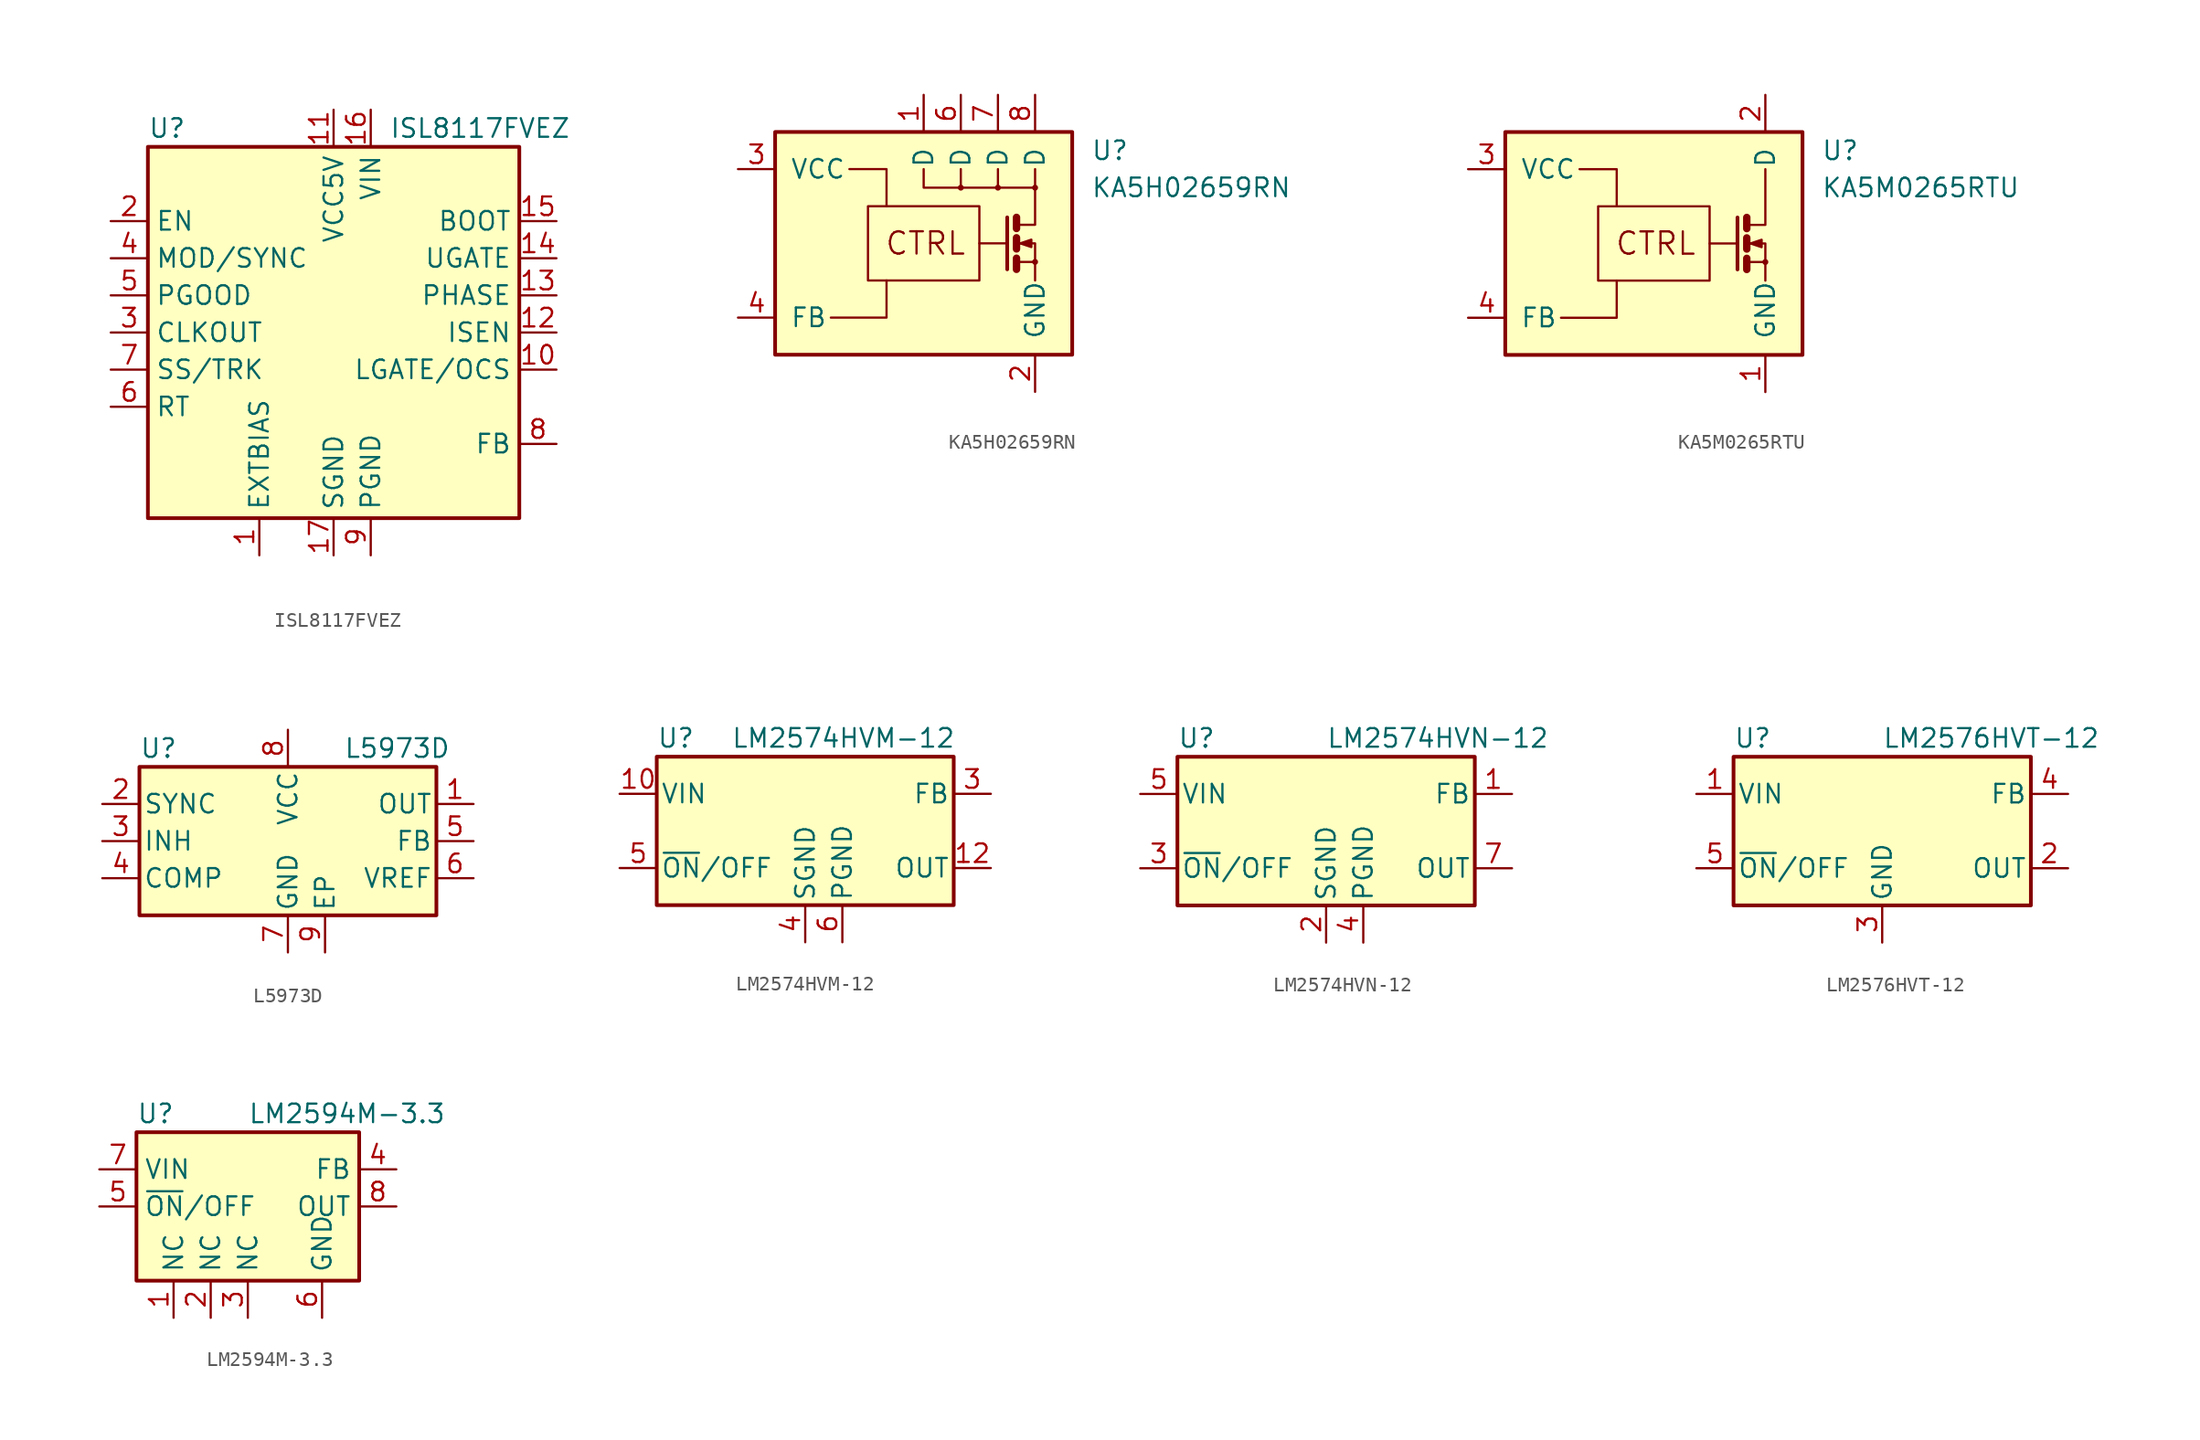
<source format=kicad_sym>
(kicad_symbol_lib
  (version 20201005)
  (generator kicad_symbol_editor)
  (symbol "ISL8117FVEZ"
    (property "Reference" "U"
      (at -12.7 13.97 0)
      (effects (font (size 1.27 1.27)) (justify left)))
    (property "Value" "ISL8117FVEZ"
      (at 3.81 13.97 0)
      (effects (font (size 1.27 1.27)) (justify left)))
    (symbol "ISL8117FVEZ_0_1"
      (rectangle (start -12.7 12.7) (end 12.7 -12.7) (stroke (width 0.254)) (fill (type background))))
    (symbol "ISL8117FVEZ_1_1"
      (pin input line (at -5.08 -15.24 90) (length 2.54) (name "EXTBIAS" (effects (font (size 1.27 1.27)))) (number "1" (effects (font (size 1.27 1.27)))))
      (pin input line (at 15.24 -2.54 180) (length 2.54) (name "LGATE/OCS" (effects (font (size 1.27 1.27)))) (number "10" (effects (font (size 1.27 1.27)))))
      (pin power_in line (at 0 15.24 270) (length 2.54) (name "VCC5V" (effects (font (size 1.27 1.27)))) (number "11" (effects (font (size 1.27 1.27)))))
      (pin input line (at 15.24 0 180) (length 2.54) (name "ISEN" (effects (font (size 1.27 1.27)))) (number "12" (effects (font (size 1.27 1.27)))))
      (pin input line (at 15.24 2.54 180) (length 2.54) (name "PHASE" (effects (font (size 1.27 1.27)))) (number "13" (effects (font (size 1.27 1.27)))))
      (pin output line (at 15.24 5.08 180) (length 2.54) (name "UGATE" (effects (font (size 1.27 1.27)))) (number "14" (effects (font (size 1.27 1.27)))))
      (pin input line (at 15.24 7.62 180) (length 2.54) (name "BOOT" (effects (font (size 1.27 1.27)))) (number "15" (effects (font (size 1.27 1.27)))))
      (pin power_in line (at 2.54 15.24 270) (length 2.54) (name "VIN" (effects (font (size 1.27 1.27)))) (number "16" (effects (font (size 1.27 1.27)))))
      (pin power_in line (at 0 -15.24 90) (length 2.54) (name "SGND" (effects (font (size 1.27 1.27)))) (number "17" (effects (font (size 1.27 1.27)))))
      (pin input line (at -15.24 7.62 0) (length 2.54) (name "EN" (effects (font (size 1.27 1.27)))) (number "2" (effects (font (size 1.27 1.27)))))
      (pin input line (at -15.24 0 0) (length 2.54) (name "CLKOUT" (effects (font (size 1.27 1.27)))) (number "3" (effects (font (size 1.27 1.27)))))
      (pin input line (at -15.24 5.08 0) (length 2.54) (name "MOD/SYNC" (effects (font (size 1.27 1.27)))) (number "4" (effects (font (size 1.27 1.27)))))
      (pin input line (at -15.24 2.54 0) (length 2.54) (name "PGOOD" (effects (font (size 1.27 1.27)))) (number "5" (effects (font (size 1.27 1.27)))))
      (pin input line (at -15.24 -5.08 0) (length 2.54) (name "RT" (effects (font (size 1.27 1.27)))) (number "6" (effects (font (size 1.27 1.27)))))
      (pin input line (at -15.24 -2.54 0) (length 2.54) (name "SS/TRK" (effects (font (size 1.27 1.27)))) (number "7" (effects (font (size 1.27 1.27)))))
      (pin input line (at 15.24 -7.62 180) (length 2.54) (name "FB" (effects (font (size 1.27 1.27)))) (number "8" (effects (font (size 1.27 1.27)))))
      (pin power_in line (at 2.54 -15.24 90) (length 2.54) (name "PGND" (effects (font (size 1.27 1.27)))) (number "9" (effects (font (size 1.27 1.27)))))))
  (symbol "KA5H02659RN"
    (pin_names
      (offset 1.016))
    (property "Reference" "U"
      (at 11.43 6.35 0)
      (effects (font (size 1.27 1.27)) (justify left)))
    (property "Value" "KA5H02659RN"
      (at 11.43 3.81 0)
      (effects (font (size 1.27 1.27)) (justify left)))
    (symbol "KA5H02659RN_0_0"
      (circle (center 2.54 3.81) (radius 0.127) (stroke (width 0)) (fill (type none)))
      (circle (center 5.08 3.81) (radius 0.127) (stroke (width 0)) (fill (type none)))
      (circle (center 7.62 -1.27) (radius 0.127) (stroke (width 0)) (fill (type none)))
      (text "CTRL" (at 0.127 0 0) (effects (font (size 1.524 1.524))))
      (rectangle (start -10.16 7.62) (end 10.16 -7.62) (stroke (width 0.254)) (fill (type background)))
      (rectangle (start -3.81 2.54) (end 3.81 -2.54) (stroke (width 0)) (fill (type none)))
      (polyline (pts (xy 2.54 5.08) (xy 2.54 3.81)) (stroke (width 0)) (fill (type none)))
      (polyline (pts (xy 3.81 0) (xy 5.715 0)) (stroke (width 0)) (fill (type none)))
      (polyline (pts (xy 5.08 5.08) (xy 5.08 3.81)) (stroke (width 0)) (fill (type none)))
      (polyline (pts (xy 5.715 1.778) (xy 5.715 -1.778)) (stroke (width 0.254)) (fill (type none)))
      (polyline (pts (xy 6.35 -1.27) (xy 7.62 -1.27)) (stroke (width 0)) (fill (type none)))
      (polyline (pts (xy 6.35 -1.016) (xy 6.35 -1.778)) (stroke (width 0.508)) (fill (type none)))
      (polyline (pts (xy 6.35 0.381) (xy 6.35 -0.381)) (stroke (width 0.508)) (fill (type none)))
      (polyline (pts (xy 6.35 1.778) (xy 6.35 1.016)) (stroke (width 0.508)) (fill (type none)))
      (polyline (pts (xy 6.35 1.27) (xy 7.62 1.27) (xy 7.62 3.81)) (stroke (width 0)) (fill (type none)))
      (polyline (pts (xy 7.62 -2.54) (xy 7.62 0) (xy 6.35 0)) (stroke (width 0)) (fill (type none)))
      (polyline (pts (xy 0 5.08) (xy 0 3.81) (xy 7.62 3.81) (xy 7.62 5.08)) (stroke (width 0)) (fill (type none)))
      (polyline (pts (xy 6.604 0) (xy 7.366 0.254) (xy 7.366 -0.254) (xy 6.604 0)) (stroke (width 0)) (fill (type outline))))
    (symbol "KA5H02659RN_0_1"
      (circle (center 7.62 3.81) (radius 0.127) (stroke (width 0)) (fill (type none)))
      (polyline (pts (xy -6.35 -5.08) (xy -2.54 -5.08) (xy -2.54 -2.54)) (stroke (width 0)) (fill (type none)))
      (polyline (pts (xy -5.08 5.08) (xy -2.54 5.08) (xy -2.54 2.54)) (stroke (width 0)) (fill (type none))))
    (symbol "KA5H02659RN_1_1"
      (pin passive line (at 0 10.16 270) (length 2.54) (name "D" (effects (font (size 1.27 1.27)))) (number "1" (effects (font (size 1.27 1.27)))))
      (pin power_in line (at 7.62 -10.16 90) (length 2.54) (name "GND" (effects (font (size 1.27 1.27)))) (number "2" (effects (font (size 1.27 1.27)))))
      (pin power_in line (at -12.7 5.08 0) (length 2.54) (name "VCC" (effects (font (size 1.27 1.27)))) (number "3" (effects (font (size 1.27 1.27)))))
      (pin passive line (at -12.7 -5.08 0) (length 2.54) (name "FB" (effects (font (size 1.27 1.27)))) (number "4" (effects (font (size 1.27 1.27)))))
      (pin passive line (at 2.54 10.16 270) (length 2.54) (name "D" (effects (font (size 1.27 1.27)))) (number "6" (effects (font (size 1.27 1.27)))))
      (pin passive line (at 5.08 10.16 270) (length 2.54) (name "D" (effects (font (size 1.27 1.27)))) (number "7" (effects (font (size 1.27 1.27)))))
      (pin passive line (at 7.62 10.16 270) (length 2.54) (name "D" (effects (font (size 1.27 1.27)))) (number "8" (effects (font (size 1.27 1.27)))))))
  (symbol "KA5M0265RTU"
    (pin_names
      (offset 1.016))
    (property "Reference" "U"
      (at 11.43 6.35 0)
      (effects (font (size 1.27 1.27)) (justify left)))
    (property "Value" "KA5M0265RTU"
      (at 11.43 3.81 0)
      (effects (font (size 1.27 1.27)) (justify left)))
    (symbol "KA5M0265RTU_0_0"
      (circle (center 7.62 -1.27) (radius 0.127) (stroke (width 0)) (fill (type none)))
      (text "CTRL" (at 0.127 0 0) (effects (font (size 1.524 1.524))))
      (rectangle (start -10.16 7.62) (end 10.16 -7.62) (stroke (width 0.254)) (fill (type background)))
      (rectangle (start -3.81 2.54) (end 3.81 -2.54) (stroke (width 0)) (fill (type none)))
      (polyline (pts (xy 3.81 0) (xy 5.715 0)) (stroke (width 0)) (fill (type none)))
      (polyline (pts (xy 5.715 1.778) (xy 5.715 -1.778)) (stroke (width 0.254)) (fill (type none)))
      (polyline (pts (xy 6.35 -1.27) (xy 7.62 -1.27)) (stroke (width 0)) (fill (type none)))
      (polyline (pts (xy 6.35 -1.016) (xy 6.35 -1.778)) (stroke (width 0.508)) (fill (type none)))
      (polyline (pts (xy 6.35 0.381) (xy 6.35 -0.381)) (stroke (width 0.508)) (fill (type none)))
      (polyline (pts (xy 6.35 1.778) (xy 6.35 1.016)) (stroke (width 0.508)) (fill (type none)))
      (polyline (pts (xy -6.35 -5.08) (xy -2.54 -5.08) (xy -2.54 -2.54)) (stroke (width 0)) (fill (type none)))
      (polyline (pts (xy -5.08 5.08) (xy -2.54 5.08) (xy -2.54 2.54)) (stroke (width 0)) (fill (type none)))
      (polyline (pts (xy 6.35 1.27) (xy 7.62 1.27) (xy 7.62 5.08)) (stroke (width 0)) (fill (type none)))
      (polyline (pts (xy 7.62 -2.54) (xy 7.62 0) (xy 6.35 0)) (stroke (width 0)) (fill (type none)))
      (polyline (pts (xy 6.604 0) (xy 7.366 0.254) (xy 7.366 -0.254) (xy 6.604 0)) (stroke (width 0)) (fill (type outline))))
    (symbol "KA5M0265RTU_1_1"
      (pin power_in line (at 7.62 -10.16 90) (length 2.54) (name "GND" (effects (font (size 1.27 1.27)))) (number "1" (effects (font (size 1.27 1.27)))))
      (pin passive line (at 7.62 10.16 270) (length 2.54) (name "D" (effects (font (size 1.27 1.27)))) (number "2" (effects (font (size 1.27 1.27)))))
      (pin power_in line (at -12.7 5.08 0) (length 2.54) (name "VCC" (effects (font (size 1.27 1.27)))) (number "3" (effects (font (size 1.27 1.27)))))
      (pin passive line (at -12.7 -5.08 0) (length 2.54) (name "FB" (effects (font (size 1.27 1.27)))) (number "4" (effects (font (size 1.27 1.27)))))))
  (symbol "L5973D"
    (pin_names
      (offset 0.254))
    (property "Reference" "U"
      (at -10.16 6.35 0)
      (effects (font (size 1.27 1.27)) (justify left)))
    (property "Value" "L5973D"
      (at 3.81 6.35 0)
      (effects (font (size 1.27 1.27)) (justify left)))
    (symbol "L5973D_0_1"
      (rectangle (start -10.16 5.08) (end 10.16 -5.08) (stroke (width 0.254)) (fill (type background))))
    (symbol "L5973D_1_1"
      (pin output line (at 12.7 2.54 180) (length 2.54) (name "OUT" (effects (font (size 1.27 1.27)))) (number "1" (effects (font (size 1.27 1.27)))))
      (pin bidirectional line (at -12.7 2.54 0) (length 2.54) (name "SYNC" (effects (font (size 1.27 1.27)))) (number "2" (effects (font (size 1.27 1.27)))))
      (pin input line (at -12.7 0 0) (length 2.54) (name "INH" (effects (font (size 1.27 1.27)))) (number "3" (effects (font (size 1.27 1.27)))))
      (pin passive line (at -12.7 -2.54 0) (length 2.54) (name "COMP" (effects (font (size 1.27 1.27)))) (number "4" (effects (font (size 1.27 1.27)))))
      (pin input line (at 12.7 0 180) (length 2.54) (name "FB" (effects (font (size 1.27 1.27)))) (number "5" (effects (font (size 1.27 1.27)))))
      (pin output line (at 12.7 -2.54 180) (length 2.54) (name "VREF" (effects (font (size 1.27 1.27)))) (number "6" (effects (font (size 1.27 1.27)))))
      (pin power_in line (at 0 -7.62 90) (length 2.54) (name "GND" (effects (font (size 1.27 1.27)))) (number "7" (effects (font (size 1.27 1.27)))))
      (pin power_in line (at 0 7.62 270) (length 2.54) (name "VCC" (effects (font (size 1.27 1.27)))) (number "8" (effects (font (size 1.27 1.27)))))
      (pin passive line (at 2.54 -7.62 90) (length 2.54) (name "EP" (effects (font (size 1.27 1.27)))) (number "9" (effects (font (size 1.27 1.27)))))))
  (symbol "LM2574HVM-12"
    (pin_names
      (offset 0.254))
    (property "Reference" "U"
      (at -10.16 6.35 0)
      (effects (font (size 1.27 1.27)) (justify left)))
    (property "Value" "LM2574HVM-12"
      (at -5.08 6.35 0)
      (effects (font (size 1.27 1.27)) (justify left)))
    (symbol "LM2574HVM-12_0_1"
      (rectangle (start -10.16 5.08) (end 10.16 -5.08) (stroke (width 0.254)) (fill (type background))))
    (symbol "LM2574HVM-12_1_1"
      (pin power_in line (at -12.7 2.54 0) (length 2.54) (name "VIN" (effects (font (size 1.27 1.27)))) (number "10" (effects (font (size 1.27 1.27)))))
      (pin output line (at 12.7 -2.54 180) (length 2.54) (name "OUT" (effects (font (size 1.27 1.27)))) (number "12" (effects (font (size 1.27 1.27)))))
      (pin input line (at 12.7 2.54 180) (length 2.54) (name "FB" (effects (font (size 1.27 1.27)))) (number "3" (effects (font (size 1.27 1.27)))))
      (pin power_in line (at 0 -7.62 90) (length 2.54) (name "SGND" (effects (font (size 1.27 1.27)))) (number "4" (effects (font (size 1.27 1.27)))))
      (pin input line (at -12.7 -2.54 0) (length 2.54) (name "~ON~/OFF" (effects (font (size 1.27 1.27)))) (number "5" (effects (font (size 1.27 1.27)))))
      (pin power_in line (at 2.54 -7.62 90) (length 2.54) (name "PGND" (effects (font (size 1.27 1.27)))) (number "6" (effects (font (size 1.27 1.27)))))))
  (symbol "LM2574HVN-12"
    (pin_names
      (offset 0.254))
    (property "Reference" "U"
      (at -10.16 6.35 0)
      (effects (font (size 1.27 1.27)) (justify left)))
    (property "Value" "LM2574HVN-12"
      (at 0 6.35 0)
      (effects (font (size 1.27 1.27)) (justify left)))
    (symbol "LM2574HVN-12_0_1"
      (rectangle (start -10.16 5.08) (end 10.16 -5.08) (stroke (width 0.254)) (fill (type background))))
    (symbol "LM2574HVN-12_1_1"
      (pin input line (at 12.7 2.54 180) (length 2.54) (name "FB" (effects (font (size 1.27 1.27)))) (number "1" (effects (font (size 1.27 1.27)))))
      (pin power_in line (at 0 -7.62 90) (length 2.54) (name "SGND" (effects (font (size 1.27 1.27)))) (number "2" (effects (font (size 1.27 1.27)))))
      (pin input line (at -12.7 -2.54 0) (length 2.54) (name "~ON~/OFF" (effects (font (size 1.27 1.27)))) (number "3" (effects (font (size 1.27 1.27)))))
      (pin power_in line (at 2.54 -7.62 90) (length 2.54) (name "PGND" (effects (font (size 1.27 1.27)))) (number "4" (effects (font (size 1.27 1.27)))))
      (pin power_in line (at -12.7 2.54 0) (length 2.54) (name "VIN" (effects (font (size 1.27 1.27)))) (number "5" (effects (font (size 1.27 1.27)))))
      (pin no_connect line (at -10.16 0 0) (length 2.54) hide (name "NC" (effects (font (size 1.27 1.27)))) (number "6" (effects (font (size 1.27 1.27)))))
      (pin output line (at 12.7 -2.54 180) (length 2.54) (name "OUT" (effects (font (size 1.27 1.27)))) (number "7" (effects (font (size 1.27 1.27)))))
      (pin no_connect line (at 10.16 0 180) (length 2.54) hide (name "NC" (effects (font (size 1.27 1.27)))) (number "8" (effects (font (size 1.27 1.27)))))))
  (symbol "LM2576HVT-12"
    (pin_names
      (offset 0.254))
    (property "Reference" "U"
      (at -10.16 6.35 0)
      (effects (font (size 1.27 1.27)) (justify left)))
    (property "Value" "LM2576HVT-12"
      (at 0 6.35 0)
      (effects (font (size 1.27 1.27)) (justify left)))
    (symbol "LM2576HVT-12_0_1"
      (rectangle (start -10.16 5.08) (end 10.16 -5.08) (stroke (width 0.254)) (fill (type background))))
    (symbol "LM2576HVT-12_1_1"
      (pin power_in line (at -12.7 2.54 0) (length 2.54) (name "VIN" (effects (font (size 1.27 1.27)))) (number "1" (effects (font (size 1.27 1.27)))))
      (pin output line (at 12.7 -2.54 180) (length 2.54) (name "OUT" (effects (font (size 1.27 1.27)))) (number "2" (effects (font (size 1.27 1.27)))))
      (pin power_in line (at 0 -7.62 90) (length 2.54) (name "GND" (effects (font (size 1.27 1.27)))) (number "3" (effects (font (size 1.27 1.27)))))
      (pin input line (at 12.7 2.54 180) (length 2.54) (name "FB" (effects (font (size 1.27 1.27)))) (number "4" (effects (font (size 1.27 1.27)))))
      (pin input line (at -12.7 -2.54 0) (length 2.54) (name "~ON~/OFF" (effects (font (size 1.27 1.27)))) (number "5" (effects (font (size 1.27 1.27)))))))
  (symbol "LM2594M-3.3"
    (property "Reference" "U"
      (at -7.62 6.35 0)
      (effects (font (size 1.27 1.27)) (justify left)))
    (property "Value" "LM2594M-3.3"
      (at 0 6.35 0)
      (effects (font (size 1.27 1.27)) (justify left)))
    (symbol "LM2594M-3.3_0_1"
      (rectangle (start -7.62 5.08) (end 7.62 -5.08) (stroke (width 0.254)) (fill (type background))))
    (symbol "LM2594M-3.3_1_1"
      (pin passive line (at -5.08 -7.62 90) (length 2.54) (name "NC" (effects (font (size 1.27 1.27)))) (number "1" (effects (font (size 1.27 1.27)))))
      (pin passive line (at -2.54 -7.62 90) (length 2.54) (name "NC" (effects (font (size 1.27 1.27)))) (number "2" (effects (font (size 1.27 1.27)))))
      (pin passive line (at 0 -7.62 90) (length 2.54) (name "NC" (effects (font (size 1.27 1.27)))) (number "3" (effects (font (size 1.27 1.27)))))
      (pin input line (at 10.16 2.54 180) (length 2.54) (name "FB" (effects (font (size 1.27 1.27)))) (number "4" (effects (font (size 1.27 1.27)))))
      (pin input line (at -10.16 0 0) (length 2.54) (name "~ON~/OFF" (effects (font (size 1.27 1.27)))) (number "5" (effects (font (size 1.27 1.27)))))
      (pin power_in line (at 5.08 -7.62 90) (length 2.54) (name "GND" (effects (font (size 1.27 1.27)))) (number "6" (effects (font (size 1.27 1.27)))))
      (pin power_in line (at -10.16 2.54 0) (length 2.54) (name "VIN" (effects (font (size 1.27 1.27)))) (number "7" (effects (font (size 1.27 1.27)))))
      (pin output line (at 10.16 0 180) (length 2.54) (name "OUT" (effects (font (size 1.27 1.27)))) (number "8" (effects (font (size 1.27 1.27))))))))
</source>
